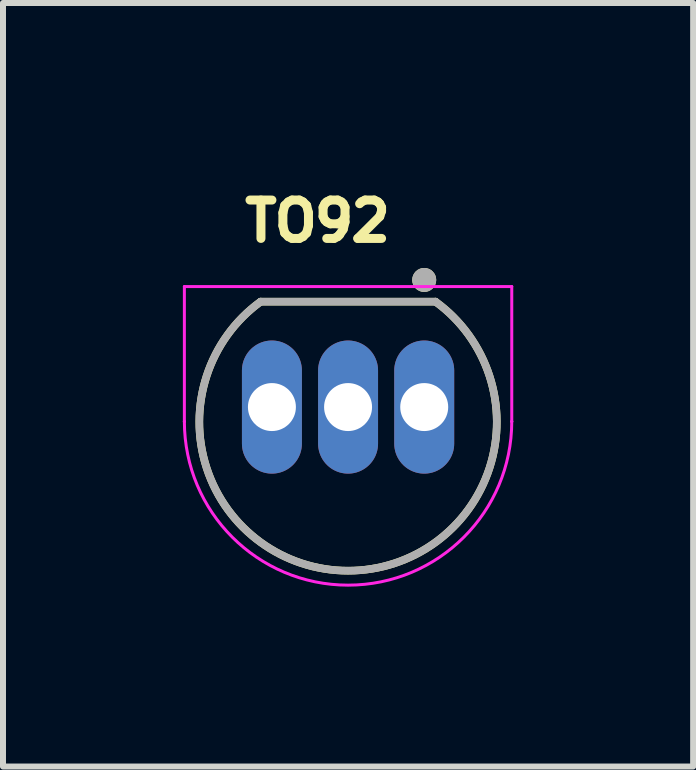
<source format=kicad_pcb>
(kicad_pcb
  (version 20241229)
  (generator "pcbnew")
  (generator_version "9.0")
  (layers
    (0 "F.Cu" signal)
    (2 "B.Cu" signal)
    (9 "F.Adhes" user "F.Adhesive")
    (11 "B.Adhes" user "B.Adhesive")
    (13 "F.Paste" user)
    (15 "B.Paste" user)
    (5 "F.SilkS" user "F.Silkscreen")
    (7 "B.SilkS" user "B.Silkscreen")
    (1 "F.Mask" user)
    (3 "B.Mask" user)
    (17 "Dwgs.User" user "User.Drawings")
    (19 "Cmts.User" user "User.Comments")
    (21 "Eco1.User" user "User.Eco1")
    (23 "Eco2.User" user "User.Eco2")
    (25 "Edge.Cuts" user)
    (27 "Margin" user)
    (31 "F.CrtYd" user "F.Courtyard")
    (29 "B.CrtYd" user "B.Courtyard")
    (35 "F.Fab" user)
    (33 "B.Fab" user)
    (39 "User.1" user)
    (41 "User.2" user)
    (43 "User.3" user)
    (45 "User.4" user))
  (footprint "TO92"
    (layer "F.Cu")
    (at 2.755 4.219)
    (property "Reference" "TO92" (at -0.508 -3.581 0) (layer "F.SilkS") (effects (font (size 0.64 0.64) (thickness 0.15))))
    (attr through_hole)
    (fp_line (start 1.458 -2.238) (end -1.458 -2.238) (stroke (width 0.127) (type solid)) (layer "F.SilkS"))
    (fp_arc (start 1.458 -2.238) (mid 0 2.249263) (end -1.458 -2.238) (stroke (width 0.127) (type solid)) (layer "F.SilkS"))
    (fp_circle (center 1.27 -2.6) (end 1.17 -2.6) (stroke (width 0.2) (type solid)) (fill no) (layer "F.SilkS"))
    (fp_line (start -2.73 -2.49) (end -2.73 -0.24) (stroke (width 0.05) (type solid)) (layer "F.CrtYd"))
    (fp_line (start -2.73 -0.24) (end -2.73 -0.238) (stroke (width 0.05) (type solid)) (layer "F.CrtYd"))
    (fp_line (start 2.73 -2.49) (end -2.73 -2.49) (stroke (width 0.05) (type solid)) (layer "F.CrtYd"))
    (fp_line (start 2.73 -2.49) (end 2.73 -0.24) (stroke (width 0.05) (type solid)) (layer "F.CrtYd"))
    (fp_line (start 2.73 -0.24) (end 2.73 -0.238) (stroke (width 0.05) (type solid)) (layer "F.CrtYd"))
    (fp_arc (start 2.73 -0.24) (mid 0 2.49) (end -2.73 -0.24) (stroke (width 0.05) (type solid)) (layer "F.CrtYd"))
    (fp_line (start 1.458 -2.238) (end -1.458 -2.238) (stroke (width 0.127) (type solid)) (layer "F.Fab"))
    (fp_arc (start 1.458 -2.238) (mid 0 2.249263) (end -1.458 -2.238) (stroke (width 0.127) (type solid)) (layer "F.Fab"))
    (fp_circle (center 1.27 -2.6) (end 1.17 -2.6) (stroke (width 0.2) (type solid)) (fill no) (layer "F.Fab"))
    (pad "1" thru_hole oval (at -1.27 -0.48 180) (size 1 2.22) (drill 0.8) (layers "*.Cu" "*.Mask"))
    (pad "2" thru_hole oval (at 0 -0.48 180) (size 1 2.22) (drill 0.8) (layers "*.Cu" "*.Mask"))
    (pad "3" thru_hole oval (at 1.27 -0.48 180) (size 1 2.22) (drill 0.8) (layers "*.Cu" "*.Mask")))
  (gr_rect
    (start -3 -3)
    (end 8.51 9.734)
    (stroke (width 0.1) (type default))
    (fill no)
    (layer "Edge.Cuts")))
</source>
